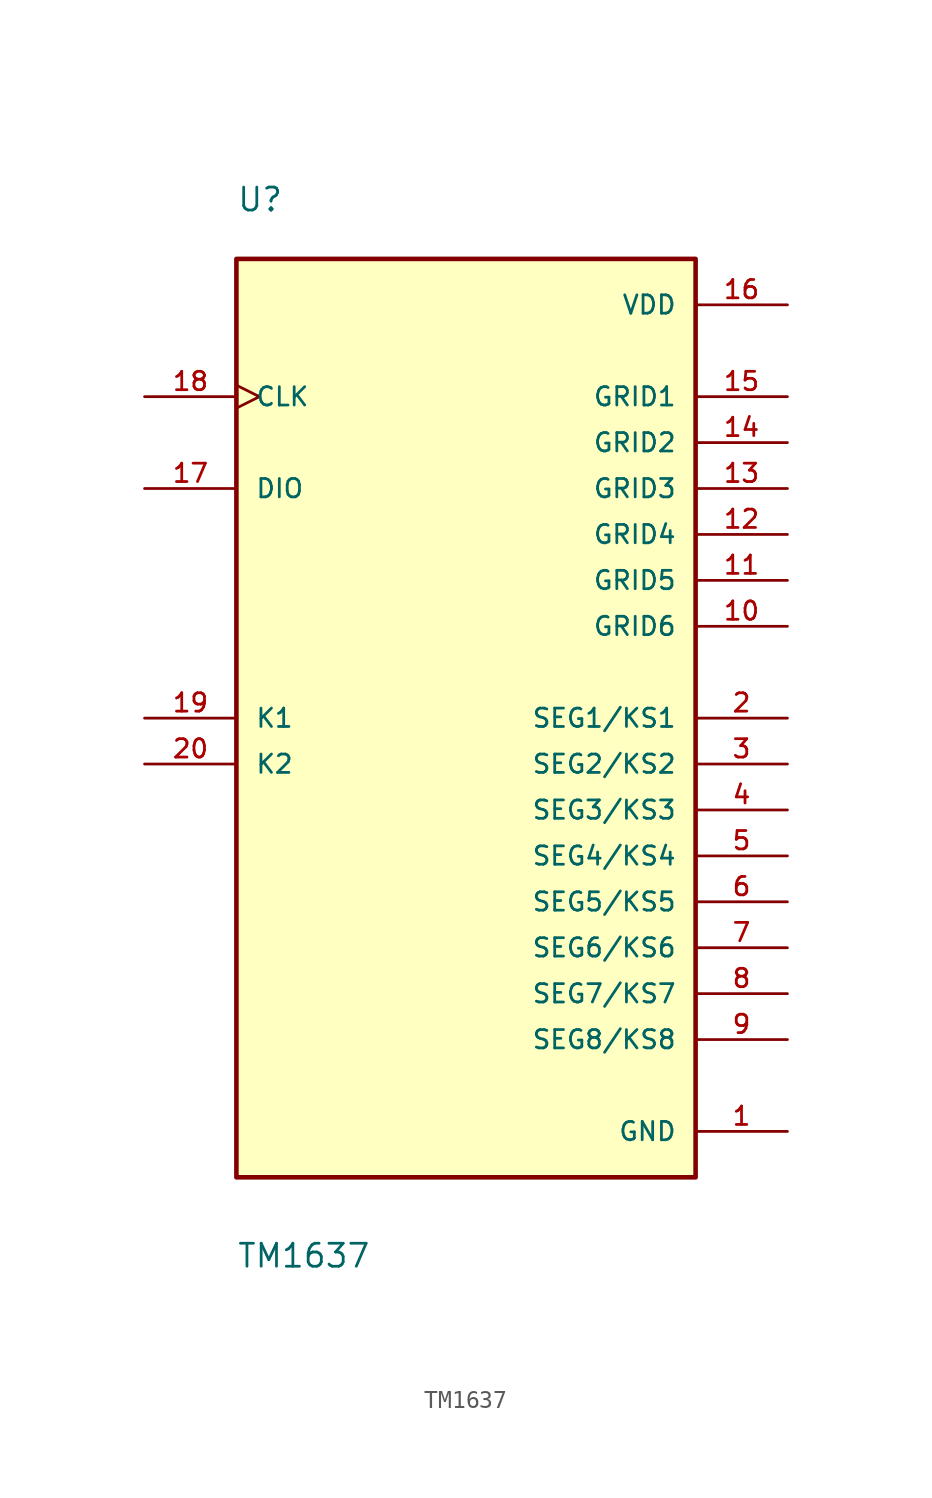
<source format=kicad_sym>
(kicad_symbol_lib
  (version 20220914)
  (generator kicad_symbol_editor)
  (symbol "TM1637"
    (pin_names
      (offset 1.016))
    (property "Reference" "U"
      (at -12.7 27.94 0)
      (effects (font (size 1.27 1.27)) (justify left bottom)))
    (property "Value" "TM1637"
      (at -12.7 -30.48 0)
      (effects (font (size 1.27 1.27)) (justify left bottom)))
    (symbol "TM1637_0_0"
      (rectangle (start -12.7 -25.4) (end 12.7 25.4) (stroke (width 0.254) (type default)) (fill (type background)))
      (pin power_in line (at 17.78 -22.86 180) (length 5.08) (name "GND" (effects (font (size 1.016 1.016)))) (number "1" (effects (font (size 1.016 1.016)))))
      (pin output line (at 17.78 5.08 180) (length 5.08) (name "GRID6" (effects (font (size 1.016 1.016)))) (number "10" (effects (font (size 1.016 1.016)))))
      (pin output line (at 17.78 7.62 180) (length 5.08) (name "GRID5" (effects (font (size 1.016 1.016)))) (number "11" (effects (font (size 1.016 1.016)))))
      (pin output line (at 17.78 10.16 180) (length 5.08) (name "GRID4" (effects (font (size 1.016 1.016)))) (number "12" (effects (font (size 1.016 1.016)))))
      (pin output line (at 17.78 12.7 180) (length 5.08) (name "GRID3" (effects (font (size 1.016 1.016)))) (number "13" (effects (font (size 1.016 1.016)))))
      (pin output line (at 17.78 15.24 180) (length 5.08) (name "GRID2" (effects (font (size 1.016 1.016)))) (number "14" (effects (font (size 1.016 1.016)))))
      (pin output line (at 17.78 17.78 180) (length 5.08) (name "GRID1" (effects (font (size 1.016 1.016)))) (number "15" (effects (font (size 1.016 1.016)))))
      (pin power_in line (at 17.78 22.86 180) (length 5.08) (name "VDD" (effects (font (size 1.016 1.016)))) (number "16" (effects (font (size 1.016 1.016)))))
      (pin bidirectional line (at -17.78 12.7 0) (length 5.08) (name "DIO" (effects (font (size 1.016 1.016)))) (number "17" (effects (font (size 1.016 1.016)))))
      (pin input clock (at -17.78 17.78 0) (length 5.08) (name "CLK" (effects (font (size 1.016 1.016)))) (number "18" (effects (font (size 1.016 1.016)))))
      (pin input line (at -17.78 0 0) (length 5.08) (name "K1" (effects (font (size 1.016 1.016)))) (number "19" (effects (font (size 1.016 1.016)))))
      (pin output line (at 17.78 0 180) (length 5.08) (name "SEG1/KS1" (effects (font (size 1.016 1.016)))) (number "2" (effects (font (size 1.016 1.016)))))
      (pin input line (at -17.78 -2.54 0) (length 5.08) (name "K2" (effects (font (size 1.016 1.016)))) (number "20" (effects (font (size 1.016 1.016)))))
      (pin output line (at 17.78 -2.54 180) (length 5.08) (name "SEG2/KS2" (effects (font (size 1.016 1.016)))) (number "3" (effects (font (size 1.016 1.016)))))
      (pin output line (at 17.78 -5.08 180) (length 5.08) (name "SEG3/KS3" (effects (font (size 1.016 1.016)))) (number "4" (effects (font (size 1.016 1.016)))))
      (pin output line (at 17.78 -7.62 180) (length 5.08) (name "SEG4/KS4" (effects (font (size 1.016 1.016)))) (number "5" (effects (font (size 1.016 1.016)))))
      (pin output line (at 17.78 -10.16 180) (length 5.08) (name "SEG5/KS5" (effects (font (size 1.016 1.016)))) (number "6" (effects (font (size 1.016 1.016)))))
      (pin output line (at 17.78 -12.7 180) (length 5.08) (name "SEG6/KS6" (effects (font (size 1.016 1.016)))) (number "7" (effects (font (size 1.016 1.016)))))
      (pin output line (at 17.78 -15.24 180) (length 5.08) (name "SEG7/KS7" (effects (font (size 1.016 1.016)))) (number "8" (effects (font (size 1.016 1.016)))))
      (pin output line (at 17.78 -17.78 180) (length 5.08) (name "SEG8/KS8" (effects (font (size 1.016 1.016)))) (number "9" (effects (font (size 1.016 1.016))))))))
</source>
